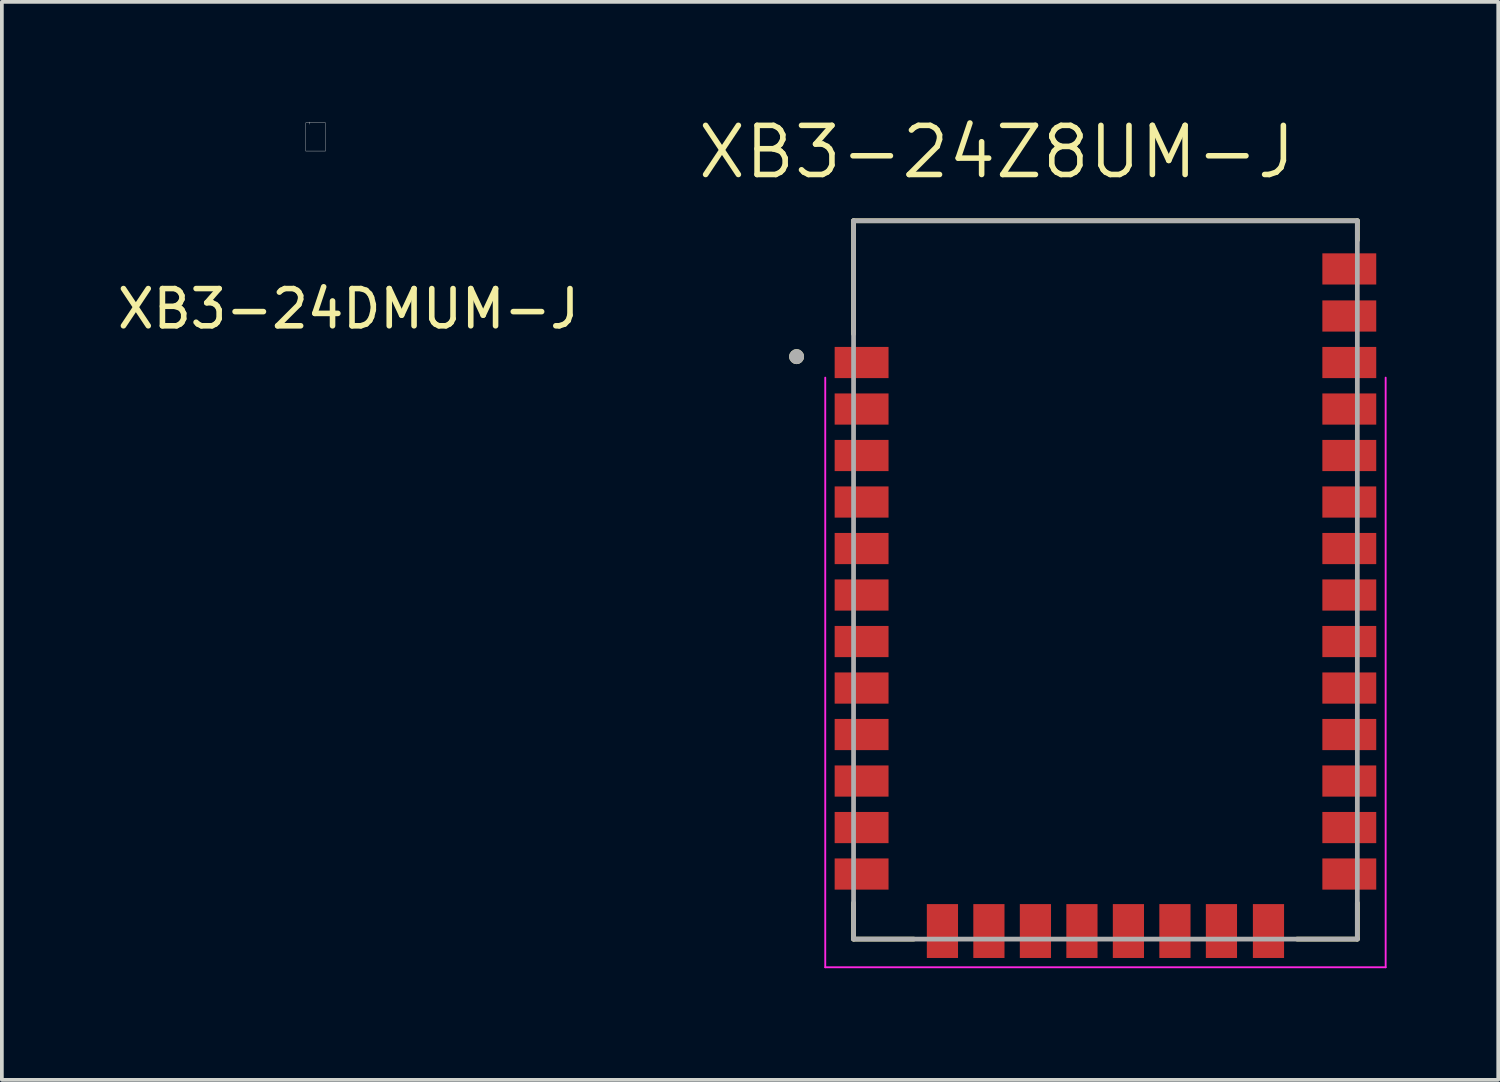
<source format=kicad_pcb>
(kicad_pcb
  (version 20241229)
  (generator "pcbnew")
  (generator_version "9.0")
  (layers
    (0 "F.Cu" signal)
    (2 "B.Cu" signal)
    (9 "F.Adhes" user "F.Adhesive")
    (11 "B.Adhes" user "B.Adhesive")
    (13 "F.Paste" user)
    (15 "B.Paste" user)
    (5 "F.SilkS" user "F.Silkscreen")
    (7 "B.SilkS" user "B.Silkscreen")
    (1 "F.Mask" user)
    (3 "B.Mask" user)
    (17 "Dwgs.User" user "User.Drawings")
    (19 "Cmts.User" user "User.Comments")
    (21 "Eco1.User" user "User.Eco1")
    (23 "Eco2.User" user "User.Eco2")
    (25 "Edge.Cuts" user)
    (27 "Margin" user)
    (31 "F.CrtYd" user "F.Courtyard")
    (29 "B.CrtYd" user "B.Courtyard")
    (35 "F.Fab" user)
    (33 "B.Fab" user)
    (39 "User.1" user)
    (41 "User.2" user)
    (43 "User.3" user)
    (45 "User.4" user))
  (footprint "XB3-24DMUM-J"
    (layer "F.Cu")
    (at 5.165 0.25)
    (property "Reference" "XB3-24DMUM-J" (at 1.15 5 0) (unlocked yes) (layer "F.SilkS") (effects (font (size 1 1) (thickness 0.15))))
    (attr smd)
    (fp_line (start 0.094 -0.02) (end 0.094 0) (stroke (width 0.01) (type solid)) (layer "Dwgs.User"))
    (fp_line (start 0.094 0.037) (end 0.094 0) (stroke (width 0.01) (type solid)) (layer "Dwgs.User"))
    (fp_rect (start 0 0) (end 0.533 0.76) (stroke (width 0.01) (type solid)) (fill no) (layer "Dwgs.User")))
  (footprint "XB3-24Z8UM-J"
    (layer "F.Cu")
    (at 26.657 12.534)
    (property "Reference" "XB3-24Z8UM-J" (at -2.919 -11.498 0) (layer "F.SilkS") (effects (font (size 1.32 1.32) (thickness 0.15))))
    (attr smd)
    (fp_line (start -6.769 -9.652) (end 6.769 -9.652) (stroke (width 0.127) (type solid)) (layer "F.SilkS"))
    (fp_line (start -6.769 -6.61) (end -6.769 -9.652) (stroke (width 0.127) (type solid)) (layer "F.SilkS"))
    (fp_line (start -6.769 8.68) (end -6.769 9.652) (stroke (width 0.127) (type solid)) (layer "F.SilkS"))
    (fp_line (start -6.769 9.652) (end -5.15 9.652) (stroke (width 0.127) (type solid)) (layer "F.SilkS"))
    (fp_line (start 5.15 9.652) (end 6.769 9.652) (stroke (width 0.127) (type solid)) (layer "F.SilkS"))
    (fp_line (start 6.769 -9.652) (end 6.769 -9.13) (stroke (width 0.127) (type solid)) (layer "F.SilkS"))
    (fp_line (start 6.769 9.652) (end 6.769 8.68) (stroke (width 0.127) (type solid)) (layer "F.SilkS"))
    (fp_circle (center -8.3 -6) (end -8.2 -6) (stroke (width 0.2) (type solid)) (fill no) (layer "F.SilkS"))
    (fp_line (start -7.53 -5.436) (end -7.53 10.41) (stroke (width 0.05) (type solid)) (layer "F.CrtYd"))
    (fp_line (start -7.53 10.41) (end 7.53 10.41) (stroke (width 0.05) (type solid)) (layer "F.CrtYd"))
    (fp_line (start 7.53 10.41) (end 7.53 -5.436) (stroke (width 0.05) (type solid)) (layer "F.CrtYd"))
    (fp_line (start -6.769 -9.652) (end 6.769 -9.652) (stroke (width 0.127) (type solid)) (layer "F.Fab"))
    (fp_line (start -6.769 9.652) (end -6.769 -9.652) (stroke (width 0.127) (type solid)) (layer "F.Fab"))
    (fp_line (start 6.769 -9.652) (end 6.769 9.652) (stroke (width 0.127) (type solid)) (layer "F.Fab"))
    (fp_line (start 6.769 9.652) (end -6.769 9.652) (stroke (width 0.127) (type solid)) (layer "F.Fab"))
    (fp_circle (center -8.3 -6) (end -8.2 -6) (stroke (width 0.2) (type solid)) (fill no) (layer "F.Fab"))
    (pad "1" smd rect (at -6.553 -5.842) (size 1.448 0.838) (layers "F.Cu" "F.Mask" "F.Paste"))
    (pad "2" smd rect (at -6.553 -4.592) (size 1.448 0.838) (layers "F.Cu" "F.Mask" "F.Paste"))
    (pad "3" smd rect (at -6.553 -3.343) (size 1.448 0.838) (layers "F.Cu" "F.Mask" "F.Paste"))
    (pad "4" smd rect (at -6.553 -2.093) (size 1.448 0.838) (layers "F.Cu" "F.Mask" "F.Paste"))
    (pad "5" smd rect (at -6.553 -0.843) (size 1.448 0.838) (layers "F.Cu" "F.Mask" "F.Paste"))
    (pad "6" smd rect (at -6.553 0.406) (size 1.448 0.838) (layers "F.Cu" "F.Mask" "F.Paste"))
    (pad "7" smd rect (at -6.553 1.656) (size 1.448 0.838) (layers "F.Cu" "F.Mask" "F.Paste"))
    (pad "8" smd rect (at -6.553 2.906) (size 1.448 0.838) (layers "F.Cu" "F.Mask" "F.Paste"))
    (pad "9" smd rect (at -6.553 4.155) (size 1.448 0.838) (layers "F.Cu" "F.Mask" "F.Paste"))
    (pad "10" smd rect (at -6.553 5.405) (size 1.448 0.838) (layers "F.Cu" "F.Mask" "F.Paste"))
    (pad "11" smd rect (at -6.553 6.655) (size 1.448 0.838) (layers "F.Cu" "F.Mask" "F.Paste"))
    (pad "12" smd rect (at -6.553 7.904) (size 1.448 0.838) (layers "F.Cu" "F.Mask" "F.Paste"))
    (pad "13" smd rect (at -4.381 9.436 90) (size 1.448 0.838) (layers "F.Cu" "F.Mask" "F.Paste"))
    (pad "14" smd rect (at -3.132 9.436 90) (size 1.448 0.838) (layers "F.Cu" "F.Mask" "F.Paste"))
    (pad "15" smd rect (at -1.882 9.436 90) (size 1.448 0.838) (layers "F.Cu" "F.Mask" "F.Paste"))
    (pad "16" smd rect (at -0.632 9.436 90) (size 1.448 0.838) (layers "F.Cu" "F.Mask" "F.Paste"))
    (pad "17" smd rect (at 0.617 9.436 90) (size 1.448 0.838) (layers "F.Cu" "F.Mask" "F.Paste"))
    (pad "18" smd rect (at 1.867 9.436 90) (size 1.448 0.838) (layers "F.Cu" "F.Mask" "F.Paste"))
    (pad "19" smd rect (at 3.117 9.436 90) (size 1.448 0.838) (layers "F.Cu" "F.Mask" "F.Paste"))
    (pad "20" smd rect (at 4.381 9.436 90) (size 1.448 0.838) (layers "F.Cu" "F.Mask" "F.Paste"))
    (pad "21" smd rect (at 6.553 7.904) (size 1.448 0.838) (layers "F.Cu" "F.Mask" "F.Paste"))
    (pad "22" smd rect (at 6.553 6.655) (size 1.448 0.838) (layers "F.Cu" "F.Mask" "F.Paste"))
    (pad "23" smd rect (at 6.553 5.405) (size 1.448 0.838) (layers "F.Cu" "F.Mask" "F.Paste"))
    (pad "24" smd rect (at 6.553 4.155) (size 1.448 0.838) (layers "F.Cu" "F.Mask" "F.Paste"))
    (pad "25" smd rect (at 6.553 2.906) (size 1.448 0.838) (layers "F.Cu" "F.Mask" "F.Paste"))
    (pad "26" smd rect (at 6.553 1.656) (size 1.448 0.838) (layers "F.Cu" "F.Mask" "F.Paste"))
    (pad "27" smd rect (at 6.553 0.406) (size 1.448 0.838) (layers "F.Cu" "F.Mask" "F.Paste"))
    (pad "28" smd rect (at 6.553 -0.843) (size 1.448 0.838) (layers "F.Cu" "F.Mask" "F.Paste"))
    (pad "29" smd rect (at 6.553 -2.093) (size 1.448 0.838) (layers "F.Cu" "F.Mask" "F.Paste"))
    (pad "30" smd rect (at 6.553 -3.343) (size 1.448 0.838) (layers "F.Cu" "F.Mask" "F.Paste"))
    (pad "31" smd rect (at 6.553 -4.592) (size 1.448 0.838) (layers "F.Cu" "F.Mask" "F.Paste"))
    (pad "32" smd rect (at 6.553 -5.842) (size 1.448 0.838) (layers "F.Cu" "F.Mask" "F.Paste"))
    (pad "33" smd rect (at 6.553 -7.092) (size 1.448 0.838) (layers "F.Cu" "F.Mask" "F.Paste"))
    (pad "34" smd rect (at 6.553 -8.357) (size 1.448 0.838) (layers "F.Cu" "F.Mask" "F.Paste")))
  (gr_rect
    (start -3 -3)
    (end 37.212 25.969)
    (stroke (width 0.1) (type default))
    (fill no)
    (layer "Edge.Cuts")))
</source>
